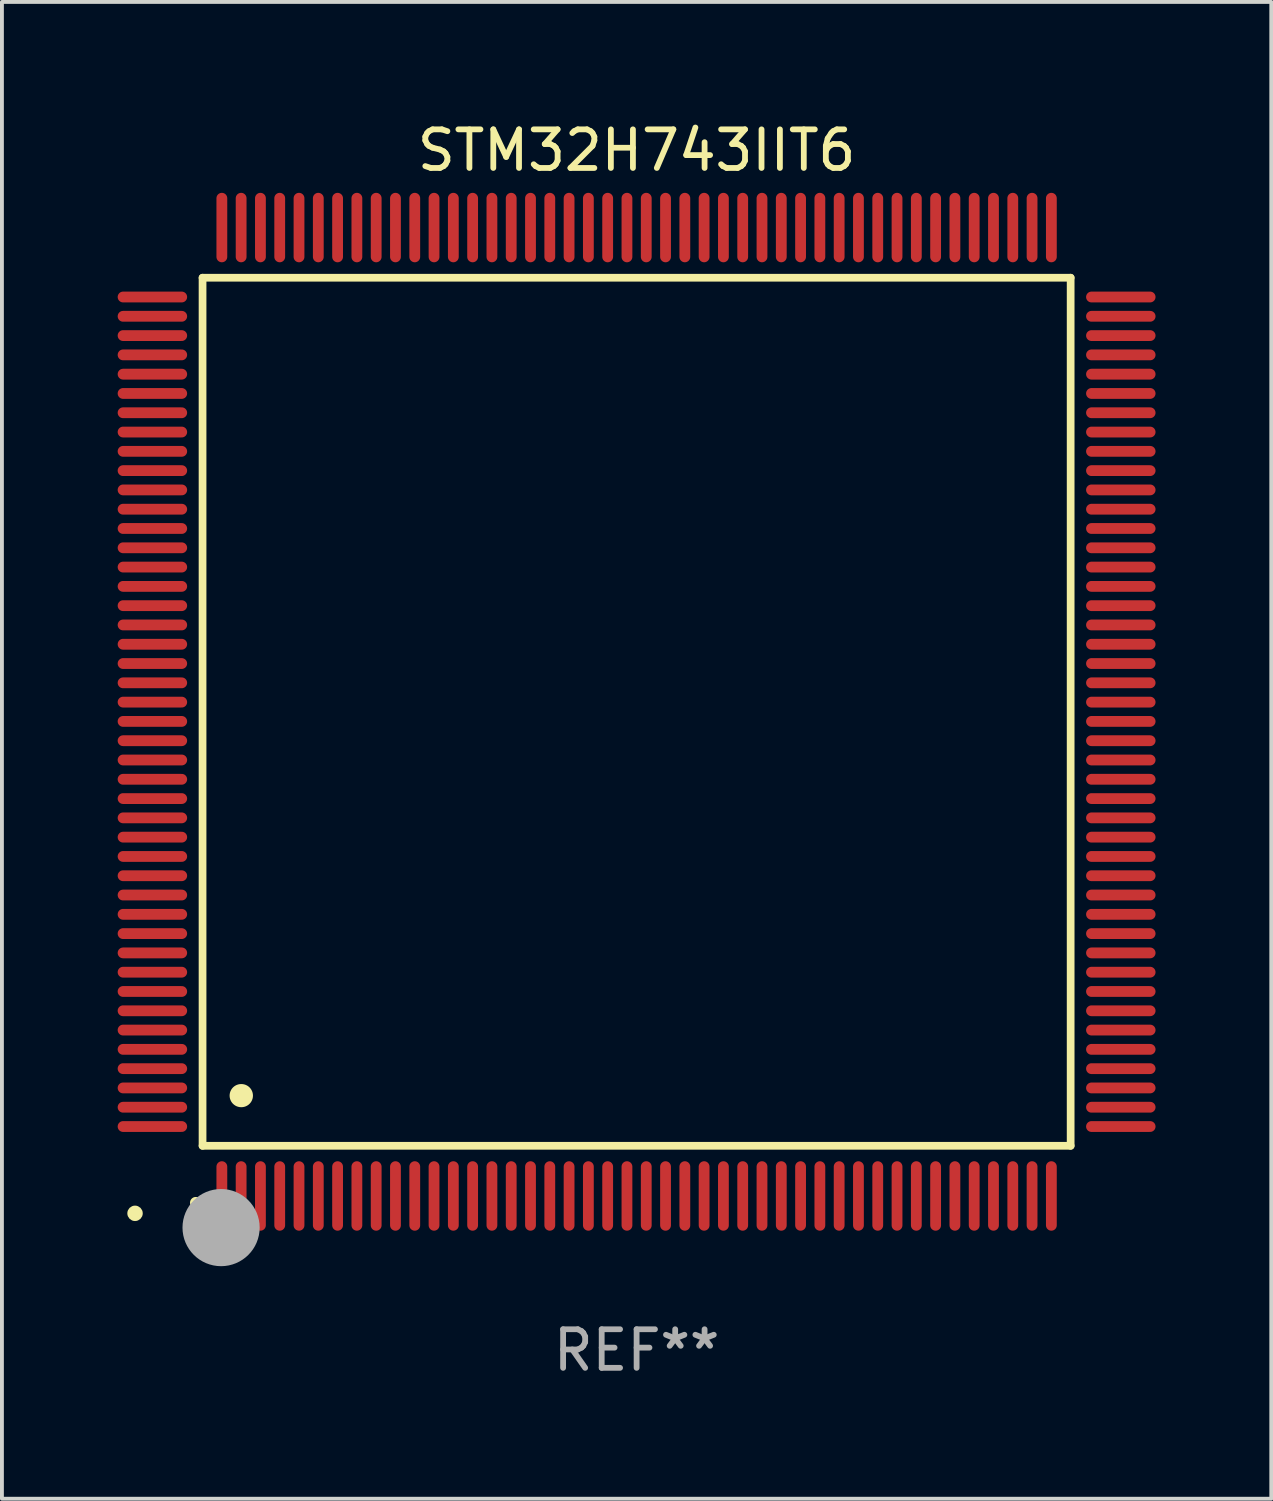
<source format=kicad_pcb>
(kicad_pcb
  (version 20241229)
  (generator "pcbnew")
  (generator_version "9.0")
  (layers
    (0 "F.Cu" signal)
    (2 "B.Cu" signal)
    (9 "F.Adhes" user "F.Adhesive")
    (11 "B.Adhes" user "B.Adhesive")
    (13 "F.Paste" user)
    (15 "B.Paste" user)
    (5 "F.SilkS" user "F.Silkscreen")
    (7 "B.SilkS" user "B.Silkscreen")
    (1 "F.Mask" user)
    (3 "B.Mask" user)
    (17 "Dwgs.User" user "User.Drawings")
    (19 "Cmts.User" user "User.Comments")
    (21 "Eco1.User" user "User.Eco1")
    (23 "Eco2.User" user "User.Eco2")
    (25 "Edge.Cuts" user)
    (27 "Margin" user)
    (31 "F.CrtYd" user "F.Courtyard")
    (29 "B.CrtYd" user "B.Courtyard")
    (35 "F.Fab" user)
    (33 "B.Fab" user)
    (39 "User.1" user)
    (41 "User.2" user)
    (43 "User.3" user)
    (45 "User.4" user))
  (footprint "STM32H743IIT6"
    (layer "F.Cu")
    (at 13.45 15.398)
    (property "Reference" "STM32H743IIT6" (at 0 -14.55 0) (layer "F.SilkS") (effects (font (size 1 1) (thickness 0.15))))
    (attr through_hole)
    (fp_line (start -11.25 -11.25) (end 11.25 -11.25) (stroke (width 0.2) (type solid)) (layer "F.SilkS"))
    (fp_line (start -11.25 11.25) (end -11.25 -11.25) (stroke (width 0.2) (type solid)) (layer "F.SilkS"))
    (fp_line (start 11.25 -11.25) (end 11.25 11.25) (stroke (width 0.2) (type solid)) (layer "F.SilkS"))
    (fp_line (start 11.25 11.25) (end -11.25 11.25) (stroke (width 0.2) (type solid)) (layer "F.SilkS"))
    (fp_arc (start -11.424943 12.725425) (mid -11.423673 12.72542) (end -11.422403 12.725425) (stroke (width 0.3) (type solid)) (layer "F.SilkS"))
    (fp_arc (start -10.24892 9.9492) (mid -10.24638 9.949189) (end -10.24384 9.9492) (stroke (width 0.6) (type solid)) (layer "F.SilkS"))
    (fp_circle (center -13 13) (end -12.9 13) (stroke (width 0.2) (type solid)) (fill no) (layer "F.SilkS"))
    (fp_circle (center -10.77 13.37) (end -10.27 13.37) (stroke (width 1) (type solid)) (fill no) (layer "F.Fab"))
    (fp_text user "REF**" (at 0 16.55 0) (layer "F.Fab") (effects (font (size 1 1) (thickness 0.15))))
    (pad "1" smd oval (at -10.75 12.55) (size 0.28 1.8) (layers "F.Cu" "F.Mask" "F.Paste"))
    (pad "2" smd oval (at -10.25 12.55) (size 0.28 1.8) (layers "F.Cu" "F.Mask" "F.Paste"))
    (pad "3" smd oval (at -9.75 12.55) (size 0.28 1.8) (layers "F.Cu" "F.Mask" "F.Paste"))
    (pad "4" smd oval (at -9.25 12.55) (size 0.28 1.8) (layers "F.Cu" "F.Mask" "F.Paste"))
    (pad "5" smd oval (at -8.75 12.55) (size 0.28 1.8) (layers "F.Cu" "F.Mask" "F.Paste"))
    (pad "6" smd oval (at -8.25 12.55) (size 0.28 1.8) (layers "F.Cu" "F.Mask" "F.Paste"))
    (pad "7" smd oval (at -7.75 12.55) (size 0.28 1.8) (layers "F.Cu" "F.Mask" "F.Paste"))
    (pad "8" smd oval (at -7.25 12.55) (size 0.28 1.8) (layers "F.Cu" "F.Mask" "F.Paste"))
    (pad "9" smd oval (at -6.75 12.55) (size 0.28 1.8) (layers "F.Cu" "F.Mask" "F.Paste"))
    (pad "10" smd oval (at -6.25 12.55) (size 0.28 1.8) (layers "F.Cu" "F.Mask" "F.Paste"))
    (pad "11" smd oval (at -5.75 12.55) (size 0.28 1.8) (layers "F.Cu" "F.Mask" "F.Paste"))
    (pad "12" smd oval (at -5.25 12.55) (size 0.28 1.8) (layers "F.Cu" "F.Mask" "F.Paste"))
    (pad "13" smd oval (at -4.75 12.55) (size 0.28 1.8) (layers "F.Cu" "F.Mask" "F.Paste"))
    (pad "14" smd oval (at -4.25 12.55) (size 0.28 1.8) (layers "F.Cu" "F.Mask" "F.Paste"))
    (pad "15" smd oval (at -3.75 12.55) (size 0.28 1.8) (layers "F.Cu" "F.Mask" "F.Paste"))
    (pad "16" smd oval (at -3.25 12.55) (size 0.28 1.8) (layers "F.Cu" "F.Mask" "F.Paste"))
    (pad "17" smd oval (at -2.75 12.55) (size 0.28 1.8) (layers "F.Cu" "F.Mask" "F.Paste"))
    (pad "18" smd oval (at -2.25 12.55) (size 0.28 1.8) (layers "F.Cu" "F.Mask" "F.Paste"))
    (pad "19" smd oval (at -1.75 12.55) (size 0.28 1.8) (layers "F.Cu" "F.Mask" "F.Paste"))
    (pad "20" smd oval (at -1.25 12.55) (size 0.28 1.8) (layers "F.Cu" "F.Mask" "F.Paste"))
    (pad "21" smd oval (at -0.75 12.55) (size 0.28 1.8) (layers "F.Cu" "F.Mask" "F.Paste"))
    (pad "22" smd oval (at -0.25 12.55) (size 0.28 1.8) (layers "F.Cu" "F.Mask" "F.Paste"))
    (pad "23" smd oval (at 0.25 12.55) (size 0.28 1.8) (layers "F.Cu" "F.Mask" "F.Paste"))
    (pad "24" smd oval (at 0.75 12.55) (size 0.28 1.8) (layers "F.Cu" "F.Mask" "F.Paste"))
    (pad "25" smd oval (at 1.25 12.55) (size 0.28 1.8) (layers "F.Cu" "F.Mask" "F.Paste"))
    (pad "26" smd oval (at 1.75 12.55) (size 0.28 1.8) (layers "F.Cu" "F.Mask" "F.Paste"))
    (pad "27" smd oval (at 2.25 12.55) (size 0.28 1.8) (layers "F.Cu" "F.Mask" "F.Paste"))
    (pad "28" smd oval (at 2.75 12.55) (size 0.28 1.8) (layers "F.Cu" "F.Mask" "F.Paste"))
    (pad "29" smd oval (at 3.25 12.55) (size 0.28 1.8) (layers "F.Cu" "F.Mask" "F.Paste"))
    (pad "30" smd oval (at 3.75 12.55) (size 0.28 1.8) (layers "F.Cu" "F.Mask" "F.Paste"))
    (pad "31" smd oval (at 4.25 12.55) (size 0.28 1.8) (layers "F.Cu" "F.Mask" "F.Paste"))
    (pad "32" smd oval (at 4.75 12.55) (size 0.28 1.8) (layers "F.Cu" "F.Mask" "F.Paste"))
    (pad "33" smd oval (at 5.25 12.55) (size 0.28 1.8) (layers "F.Cu" "F.Mask" "F.Paste"))
    (pad "34" smd oval (at 5.75 12.55) (size 0.28 1.8) (layers "F.Cu" "F.Mask" "F.Paste"))
    (pad "35" smd oval (at 6.25 12.55) (size 0.28 1.8) (layers "F.Cu" "F.Mask" "F.Paste"))
    (pad "36" smd oval (at 6.75 12.55) (size 0.28 1.8) (layers "F.Cu" "F.Mask" "F.Paste"))
    (pad "37" smd oval (at 7.25 12.55) (size 0.28 1.8) (layers "F.Cu" "F.Mask" "F.Paste"))
    (pad "38" smd oval (at 7.75 12.55) (size 0.28 1.8) (layers "F.Cu" "F.Mask" "F.Paste"))
    (pad "39" smd oval (at 8.25 12.55) (size 0.28 1.8) (layers "F.Cu" "F.Mask" "F.Paste"))
    (pad "40" smd oval (at 8.75 12.55) (size 0.28 1.8) (layers "F.Cu" "F.Mask" "F.Paste"))
    (pad "41" smd oval (at 9.25 12.55) (size 0.28 1.8) (layers "F.Cu" "F.Mask" "F.Paste"))
    (pad "42" smd oval (at 9.75 12.55) (size 0.28 1.8) (layers "F.Cu" "F.Mask" "F.Paste"))
    (pad "43" smd oval (at 10.25 12.55) (size 0.28 1.8) (layers "F.Cu" "F.Mask" "F.Paste"))
    (pad "44" smd oval (at 10.75 12.55) (size 0.28 1.8) (layers "F.Cu" "F.Mask" "F.Paste"))
    (pad "45" smd oval (at 12.55 10.75) (size 1.8 0.28) (layers "F.Cu" "F.Mask" "F.Paste"))
    (pad "46" smd oval (at 12.55 10.25) (size 1.8 0.28) (layers "F.Cu" "F.Mask" "F.Paste"))
    (pad "47" smd oval (at 12.55 9.75) (size 1.8 0.28) (layers "F.Cu" "F.Mask" "F.Paste"))
    (pad "48" smd oval (at 12.55 9.25) (size 1.8 0.28) (layers "F.Cu" "F.Mask" "F.Paste"))
    (pad "49" smd oval (at 12.55 8.75) (size 1.8 0.28) (layers "F.Cu" "F.Mask" "F.Paste"))
    (pad "50" smd oval (at 12.55 8.25) (size 1.8 0.28) (layers "F.Cu" "F.Mask" "F.Paste"))
    (pad "51" smd oval (at 12.55 7.75) (size 1.8 0.28) (layers "F.Cu" "F.Mask" "F.Paste"))
    (pad "52" smd oval (at 12.55 7.25) (size 1.8 0.28) (layers "F.Cu" "F.Mask" "F.Paste"))
    (pad "53" smd oval (at 12.55 6.75) (size 1.8 0.28) (layers "F.Cu" "F.Mask" "F.Paste"))
    (pad "54" smd oval (at 12.55 6.25) (size 1.8 0.28) (layers "F.Cu" "F.Mask" "F.Paste"))
    (pad "55" smd oval (at 12.55 5.75) (size 1.8 0.28) (layers "F.Cu" "F.Mask" "F.Paste"))
    (pad "56" smd oval (at 12.55 5.25) (size 1.8 0.28) (layers "F.Cu" "F.Mask" "F.Paste"))
    (pad "57" smd oval (at 12.55 4.75) (size 1.8 0.28) (layers "F.Cu" "F.Mask" "F.Paste"))
    (pad "58" smd oval (at 12.55 4.25) (size 1.8 0.28) (layers "F.Cu" "F.Mask" "F.Paste"))
    (pad "59" smd oval (at 12.55 3.75) (size 1.8 0.28) (layers "F.Cu" "F.Mask" "F.Paste"))
    (pad "60" smd oval (at 12.55 3.25) (size 1.8 0.28) (layers "F.Cu" "F.Mask" "F.Paste"))
    (pad "61" smd oval (at 12.55 2.75) (size 1.8 0.28) (layers "F.Cu" "F.Mask" "F.Paste"))
    (pad "62" smd oval (at 12.55 2.25) (size 1.8 0.28) (layers "F.Cu" "F.Mask" "F.Paste"))
    (pad "63" smd oval (at 12.55 1.75) (size 1.8 0.28) (layers "F.Cu" "F.Mask" "F.Paste"))
    (pad "64" smd oval (at 12.55 1.25) (size 1.8 0.28) (layers "F.Cu" "F.Mask" "F.Paste"))
    (pad "65" smd oval (at 12.55 0.75) (size 1.8 0.28) (layers "F.Cu" "F.Mask" "F.Paste"))
    (pad "66" smd oval (at 12.55 0.25) (size 1.8 0.28) (layers "F.Cu" "F.Mask" "F.Paste"))
    (pad "67" smd oval (at 12.55 -0.25) (size 1.8 0.28) (layers "F.Cu" "F.Mask" "F.Paste"))
    (pad "68" smd oval (at 12.55 -0.75) (size 1.8 0.28) (layers "F.Cu" "F.Mask" "F.Paste"))
    (pad "69" smd oval (at 12.55 -1.25) (size 1.8 0.28) (layers "F.Cu" "F.Mask" "F.Paste"))
    (pad "70" smd oval (at 12.55 -1.75) (size 1.8 0.28) (layers "F.Cu" "F.Mask" "F.Paste"))
    (pad "71" smd oval (at 12.55 -2.25) (size 1.8 0.28) (layers "F.Cu" "F.Mask" "F.Paste"))
    (pad "72" smd oval (at 12.55 -2.75) (size 1.8 0.28) (layers "F.Cu" "F.Mask" "F.Paste"))
    (pad "73" smd oval (at 12.55 -3.25) (size 1.8 0.28) (layers "F.Cu" "F.Mask" "F.Paste"))
    (pad "74" smd oval (at 12.55 -3.75) (size 1.8 0.28) (layers "F.Cu" "F.Mask" "F.Paste"))
    (pad "75" smd oval (at 12.55 -4.25) (size 1.8 0.28) (layers "F.Cu" "F.Mask" "F.Paste"))
    (pad "76" smd oval (at 12.55 -4.75) (size 1.8 0.28) (layers "F.Cu" "F.Mask" "F.Paste"))
    (pad "77" smd oval (at 12.55 -5.25) (size 1.8 0.28) (layers "F.Cu" "F.Mask" "F.Paste"))
    (pad "78" smd oval (at 12.55 -5.75) (size 1.8 0.28) (layers "F.Cu" "F.Mask" "F.Paste"))
    (pad "79" smd oval (at 12.55 -6.25) (size 1.8 0.28) (layers "F.Cu" "F.Mask" "F.Paste"))
    (pad "80" smd oval (at 12.55 -6.75) (size 1.8 0.28) (layers "F.Cu" "F.Mask" "F.Paste"))
    (pad "81" smd oval (at 12.55 -7.25) (size 1.8 0.28) (layers "F.Cu" "F.Mask" "F.Paste"))
    (pad "82" smd oval (at 12.55 -7.75) (size 1.8 0.28) (layers "F.Cu" "F.Mask" "F.Paste"))
    (pad "83" smd oval (at 12.55 -8.25) (size 1.8 0.28) (layers "F.Cu" "F.Mask" "F.Paste"))
    (pad "84" smd oval (at 12.55 -8.75) (size 1.8 0.28) (layers "F.Cu" "F.Mask" "F.Paste"))
    (pad "85" smd oval (at 12.55 -9.25) (size 1.8 0.28) (layers "F.Cu" "F.Mask" "F.Paste"))
    (pad "86" smd oval (at 12.55 -9.75) (size 1.8 0.28) (layers "F.Cu" "F.Mask" "F.Paste"))
    (pad "87" smd oval (at 12.55 -10.25) (size 1.8 0.28) (layers "F.Cu" "F.Mask" "F.Paste"))
    (pad "88" smd oval (at 12.55 -10.75) (size 1.8 0.28) (layers "F.Cu" "F.Mask" "F.Paste"))
    (pad "89" smd oval (at 10.75 -12.55) (size 0.28 1.8) (layers "F.Cu" "F.Mask" "F.Paste"))
    (pad "90" smd oval (at 10.25 -12.55) (size 0.28 1.8) (layers "F.Cu" "F.Mask" "F.Paste"))
    (pad "91" smd oval (at 9.75 -12.55) (size 0.28 1.8) (layers "F.Cu" "F.Mask" "F.Paste"))
    (pad "92" smd oval (at 9.25 -12.55) (size 0.28 1.8) (layers "F.Cu" "F.Mask" "F.Paste"))
    (pad "93" smd oval (at 8.75 -12.55) (size 0.28 1.8) (layers "F.Cu" "F.Mask" "F.Paste"))
    (pad "94" smd oval (at 8.25 -12.55) (size 0.28 1.8) (layers "F.Cu" "F.Mask" "F.Paste"))
    (pad "95" smd oval (at 7.75 -12.55) (size 0.28 1.8) (layers "F.Cu" "F.Mask" "F.Paste"))
    (pad "96" smd oval (at 7.25 -12.55) (size 0.28 1.8) (layers "F.Cu" "F.Mask" "F.Paste"))
    (pad "97" smd oval (at 6.75 -12.55) (size 0.28 1.8) (layers "F.Cu" "F.Mask" "F.Paste"))
    (pad "98" smd oval (at 6.25 -12.55) (size 0.28 1.8) (layers "F.Cu" "F.Mask" "F.Paste"))
    (pad "99" smd oval (at 5.75 -12.55) (size 0.28 1.8) (layers "F.Cu" "F.Mask" "F.Paste"))
    (pad "100" smd oval (at 5.25 -12.55) (size 0.28 1.8) (layers "F.Cu" "F.Mask" "F.Paste"))
    (pad "101" smd oval (at 4.75 -12.55) (size 0.28 1.8) (layers "F.Cu" "F.Mask" "F.Paste"))
    (pad "102" smd oval (at 4.25 -12.55) (size 0.28 1.8) (layers "F.Cu" "F.Mask" "F.Paste"))
    (pad "103" smd oval (at 3.75 -12.55) (size 0.28 1.8) (layers "F.Cu" "F.Mask" "F.Paste"))
    (pad "104" smd oval (at 3.25 -12.55) (size 0.28 1.8) (layers "F.Cu" "F.Mask" "F.Paste"))
    (pad "105" smd oval (at 2.75 -12.55) (size 0.28 1.8) (layers "F.Cu" "F.Mask" "F.Paste"))
    (pad "106" smd oval (at 2.25 -12.55) (size 0.28 1.8) (layers "F.Cu" "F.Mask" "F.Paste"))
    (pad "107" smd oval (at 1.75 -12.55) (size 0.28 1.8) (layers "F.Cu" "F.Mask" "F.Paste"))
    (pad "108" smd oval (at 1.25 -12.55) (size 0.28 1.8) (layers "F.Cu" "F.Mask" "F.Paste"))
    (pad "109" smd oval (at 0.75 -12.55) (size 0.28 1.8) (layers "F.Cu" "F.Mask" "F.Paste"))
    (pad "110" smd oval (at 0.25 -12.55) (size 0.28 1.8) (layers "F.Cu" "F.Mask" "F.Paste"))
    (pad "111" smd oval (at -0.25 -12.55) (size 0.28 1.8) (layers "F.Cu" "F.Mask" "F.Paste"))
    (pad "112" smd oval (at -0.75 -12.55) (size 0.28 1.8) (layers "F.Cu" "F.Mask" "F.Paste"))
    (pad "113" smd oval (at -1.25 -12.55) (size 0.28 1.8) (layers "F.Cu" "F.Mask" "F.Paste"))
    (pad "114" smd oval (at -1.75 -12.55) (size 0.28 1.8) (layers "F.Cu" "F.Mask" "F.Paste"))
    (pad "115" smd oval (at -2.25 -12.55) (size 0.28 1.8) (layers "F.Cu" "F.Mask" "F.Paste"))
    (pad "116" smd oval (at -2.75 -12.55) (size 0.28 1.8) (layers "F.Cu" "F.Mask" "F.Paste"))
    (pad "117" smd oval (at -3.25 -12.55) (size 0.28 1.8) (layers "F.Cu" "F.Mask" "F.Paste"))
    (pad "118" smd oval (at -3.75 -12.55) (size 0.28 1.8) (layers "F.Cu" "F.Mask" "F.Paste"))
    (pad "119" smd oval (at -4.25 -12.55) (size 0.28 1.8) (layers "F.Cu" "F.Mask" "F.Paste"))
    (pad "120" smd oval (at -4.75 -12.55) (size 0.28 1.8) (layers "F.Cu" "F.Mask" "F.Paste"))
    (pad "121" smd oval (at -5.25 -12.55) (size 0.28 1.8) (layers "F.Cu" "F.Mask" "F.Paste"))
    (pad "122" smd oval (at -5.75 -12.55) (size 0.28 1.8) (layers "F.Cu" "F.Mask" "F.Paste"))
    (pad "123" smd oval (at -6.25 -12.55) (size 0.28 1.8) (layers "F.Cu" "F.Mask" "F.Paste"))
    (pad "124" smd oval (at -6.75 -12.55) (size 0.28 1.8) (layers "F.Cu" "F.Mask" "F.Paste"))
    (pad "125" smd oval (at -7.25 -12.55) (size 0.28 1.8) (layers "F.Cu" "F.Mask" "F.Paste"))
    (pad "126" smd oval (at -7.75 -12.55) (size 0.28 1.8) (layers "F.Cu" "F.Mask" "F.Paste"))
    (pad "127" smd oval (at -8.25 -12.55) (size 0.28 1.8) (layers "F.Cu" "F.Mask" "F.Paste"))
    (pad "128" smd oval (at -8.75 -12.55) (size 0.28 1.8) (layers "F.Cu" "F.Mask" "F.Paste"))
    (pad "129" smd oval (at -9.25 -12.55) (size 0.28 1.8) (layers "F.Cu" "F.Mask" "F.Paste"))
    (pad "130" smd oval (at -9.75 -12.55) (size 0.28 1.8) (layers "F.Cu" "F.Mask" "F.Paste"))
    (pad "131" smd oval (at -10.25 -12.55) (size 0.28 1.8) (layers "F.Cu" "F.Mask" "F.Paste"))
    (pad "132" smd oval (at -10.75 -12.55) (size 0.28 1.8) (layers "F.Cu" "F.Mask" "F.Paste"))
    (pad "133" smd oval (at -12.55 -10.75) (size 1.8 0.28) (layers "F.Cu" "F.Mask" "F.Paste"))
    (pad "134" smd oval (at -12.55 -10.25) (size 1.8 0.28) (layers "F.Cu" "F.Mask" "F.Paste"))
    (pad "135" smd oval (at -12.55 -9.75) (size 1.8 0.28) (layers "F.Cu" "F.Mask" "F.Paste"))
    (pad "136" smd oval (at -12.55 -9.25) (size 1.8 0.28) (layers "F.Cu" "F.Mask" "F.Paste"))
    (pad "137" smd oval (at -12.55 -8.75) (size 1.8 0.28) (layers "F.Cu" "F.Mask" "F.Paste"))
    (pad "138" smd oval (at -12.55 -8.25) (size 1.8 0.28) (layers "F.Cu" "F.Mask" "F.Paste"))
    (pad "139" smd oval (at -12.55 -7.75) (size 1.8 0.28) (layers "F.Cu" "F.Mask" "F.Paste"))
    (pad "140" smd oval (at -12.55 -7.25) (size 1.8 0.28) (layers "F.Cu" "F.Mask" "F.Paste"))
    (pad "141" smd oval (at -12.55 -6.75) (size 1.8 0.28) (layers "F.Cu" "F.Mask" "F.Paste"))
    (pad "142" smd oval (at -12.55 -6.25) (size 1.8 0.28) (layers "F.Cu" "F.Mask" "F.Paste"))
    (pad "143" smd oval (at -12.55 -5.75) (size 1.8 0.28) (layers "F.Cu" "F.Mask" "F.Paste"))
    (pad "144" smd oval (at -12.55 -5.25) (size 1.8 0.28) (layers "F.Cu" "F.Mask" "F.Paste"))
    (pad "145" smd oval (at -12.55 -4.75) (size 1.8 0.28) (layers "F.Cu" "F.Mask" "F.Paste"))
    (pad "146" smd oval (at -12.55 -4.25) (size 1.8 0.28) (layers "F.Cu" "F.Mask" "F.Paste"))
    (pad "147" smd oval (at -12.55 -3.75) (size 1.8 0.28) (layers "F.Cu" "F.Mask" "F.Paste"))
    (pad "148" smd oval (at -12.55 -3.25) (size 1.8 0.28) (layers "F.Cu" "F.Mask" "F.Paste"))
    (pad "149" smd oval (at -12.55 -2.75) (size 1.8 0.28) (layers "F.Cu" "F.Mask" "F.Paste"))
    (pad "150" smd oval (at -12.55 -2.25) (size 1.8 0.28) (layers "F.Cu" "F.Mask" "F.Paste"))
    (pad "151" smd oval (at -12.55 -1.75) (size 1.8 0.28) (layers "F.Cu" "F.Mask" "F.Paste"))
    (pad "152" smd oval (at -12.55 -1.25) (size 1.8 0.28) (layers "F.Cu" "F.Mask" "F.Paste"))
    (pad "153" smd oval (at -12.55 -0.75) (size 1.8 0.28) (layers "F.Cu" "F.Mask" "F.Paste"))
    (pad "154" smd oval (at -12.55 -0.25) (size 1.8 0.28) (layers "F.Cu" "F.Mask" "F.Paste"))
    (pad "155" smd oval (at -12.55 0.25) (size 1.8 0.28) (layers "F.Cu" "F.Mask" "F.Paste"))
    (pad "156" smd oval (at -12.55 0.75) (size 1.8 0.28) (layers "F.Cu" "F.Mask" "F.Paste"))
    (pad "157" smd oval (at -12.55 1.25) (size 1.8 0.28) (layers "F.Cu" "F.Mask" "F.Paste"))
    (pad "158" smd oval (at -12.55 1.75) (size 1.8 0.28) (layers "F.Cu" "F.Mask" "F.Paste"))
    (pad "159" smd oval (at -12.55 2.25) (size 1.8 0.28) (layers "F.Cu" "F.Mask" "F.Paste"))
    (pad "160" smd oval (at -12.55 2.75) (size 1.8 0.28) (layers "F.Cu" "F.Mask" "F.Paste"))
    (pad "161" smd oval (at -12.55 3.25) (size 1.8 0.28) (layers "F.Cu" "F.Mask" "F.Paste"))
    (pad "162" smd oval (at -12.55 3.75) (size 1.8 0.28) (layers "F.Cu" "F.Mask" "F.Paste"))
    (pad "163" smd oval (at -12.55 4.25) (size 1.8 0.28) (layers "F.Cu" "F.Mask" "F.Paste"))
    (pad "164" smd oval (at -12.55 4.75) (size 1.8 0.28) (layers "F.Cu" "F.Mask" "F.Paste"))
    (pad "165" smd oval (at -12.55 5.25) (size 1.8 0.28) (layers "F.Cu" "F.Mask" "F.Paste"))
    (pad "166" smd oval (at -12.55 5.75) (size 1.8 0.28) (layers "F.Cu" "F.Mask" "F.Paste"))
    (pad "167" smd oval (at -12.55 6.25) (size 1.8 0.28) (layers "F.Cu" "F.Mask" "F.Paste"))
    (pad "168" smd oval (at -12.55 6.75) (size 1.8 0.28) (layers "F.Cu" "F.Mask" "F.Paste"))
    (pad "169" smd oval (at -12.55 7.25) (size 1.8 0.28) (layers "F.Cu" "F.Mask" "F.Paste"))
    (pad "170" smd oval (at -12.55 7.75) (size 1.8 0.28) (layers "F.Cu" "F.Mask" "F.Paste"))
    (pad "171" smd oval (at -12.55 8.25) (size 1.8 0.28) (layers "F.Cu" "F.Mask" "F.Paste"))
    (pad "172" smd oval (at -12.55 8.75) (size 1.8 0.28) (layers "F.Cu" "F.Mask" "F.Paste"))
    (pad "173" smd oval (at -12.55 9.25) (size 1.8 0.28) (layers "F.Cu" "F.Mask" "F.Paste"))
    (pad "174" smd oval (at -12.55 9.75) (size 1.8 0.28) (layers "F.Cu" "F.Mask" "F.Paste"))
    (pad "175" smd oval (at -12.55 10.25) (size 1.8 0.28) (layers "F.Cu" "F.Mask" "F.Paste"))
    (pad "176" smd oval (at -12.55 10.75) (size 1.8 0.28) (layers "F.Cu" "F.Mask" "F.Paste")))
  (gr_rect
    (start -3 -3)
    (end 29.9 35.796)
    (stroke (width 0.1) (type default))
    (fill no)
    (layer "Edge.Cuts")))
</source>
